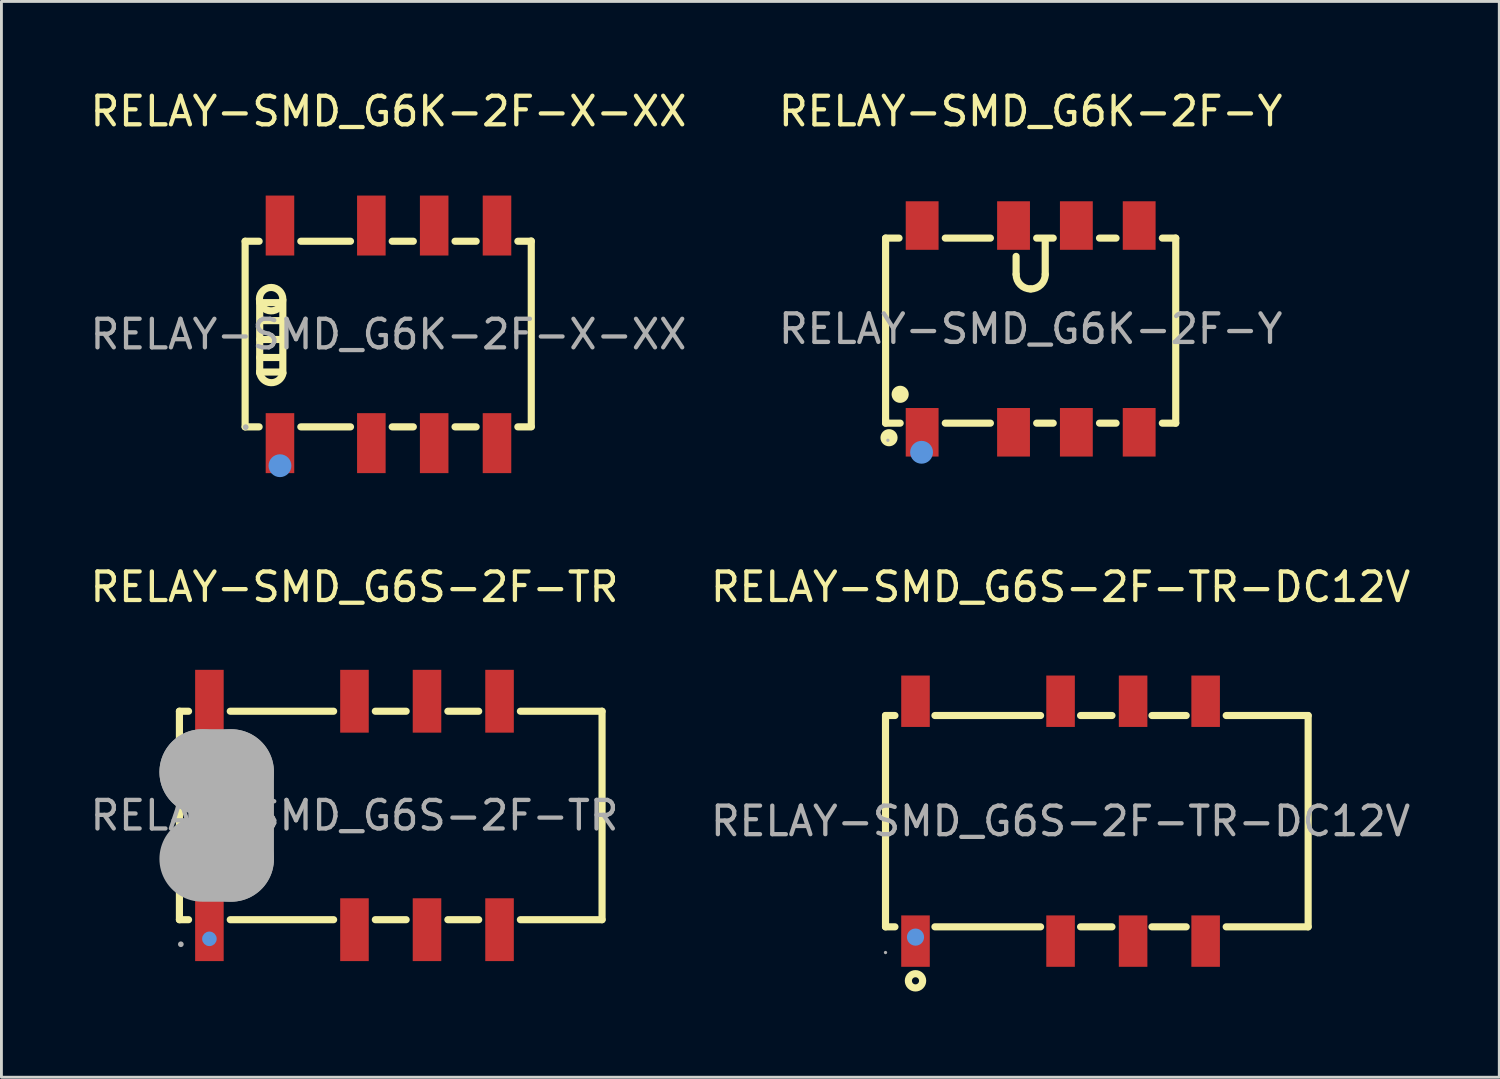
<source format=kicad_pcb>
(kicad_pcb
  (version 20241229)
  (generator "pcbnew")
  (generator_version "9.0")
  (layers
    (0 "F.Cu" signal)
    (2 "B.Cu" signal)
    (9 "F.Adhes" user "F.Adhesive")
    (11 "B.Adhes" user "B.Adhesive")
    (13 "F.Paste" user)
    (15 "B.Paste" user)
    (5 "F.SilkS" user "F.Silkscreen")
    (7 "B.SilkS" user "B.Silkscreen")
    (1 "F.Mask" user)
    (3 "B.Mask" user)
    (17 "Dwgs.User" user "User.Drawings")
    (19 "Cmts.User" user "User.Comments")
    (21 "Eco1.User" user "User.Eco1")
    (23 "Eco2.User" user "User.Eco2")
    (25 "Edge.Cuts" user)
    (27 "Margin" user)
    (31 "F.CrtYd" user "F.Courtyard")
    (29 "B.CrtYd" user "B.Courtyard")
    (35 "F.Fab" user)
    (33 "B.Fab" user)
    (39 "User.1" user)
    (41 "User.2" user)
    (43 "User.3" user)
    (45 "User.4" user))
  (footprint "RELAY-SMD_G6K-2F-Y"
    (layer "F.Cu")
    (at 33.042 8.468)
    (property "Reference" "RELAY-SMD_G6K-2F-Y" (at 0 -7.62 0) (layer "F.SilkS") (effects (font (size 1 1) (thickness 0.15))))
    (attr through_hole)
    (fp_line (start -5.08 -3.18) (end -5.08 3.17) (stroke (width 0.25) (type solid)) (layer "F.SilkS"))
    (fp_line (start -5.08 3.17) (end -5.08 3.3) (stroke (width 0.25) (type solid)) (layer "F.SilkS"))
    (fp_line (start -5.08 3.3) (end -4.57 3.3) (stroke (width 0.25) (type solid)) (layer "F.SilkS"))
    (fp_line (start -4.61 -3.18) (end -5.08 -3.18) (stroke (width 0.25) (type solid)) (layer "F.SilkS"))
    (fp_line (start -2.99 3.3) (end -1.41 3.3) (stroke (width 0.25) (type solid)) (layer "F.SilkS"))
    (fp_line (start -1.41 -3.18) (end -2.99 -3.18) (stroke (width 0.25) (type solid)) (layer "F.SilkS"))
    (fp_line (start -0.51 -1.91) (end -0.51 -2.54) (stroke (width 0.25) (type solid)) (layer "F.SilkS"))
    (fp_line (start 0.21 3.3) (end 0.79 3.3) (stroke (width 0.25) (type solid)) (layer "F.SilkS"))
    (fp_line (start 0.51 -3.05) (end 0.51 -1.91) (stroke (width 0.25) (type solid)) (layer "F.SilkS"))
    (fp_line (start 0.79 -3.18) (end 0.21 -3.18) (stroke (width 0.25) (type solid)) (layer "F.SilkS"))
    (fp_line (start 2.41 3.3) (end 2.99 3.3) (stroke (width 0.25) (type solid)) (layer "F.SilkS"))
    (fp_line (start 2.99 -3.18) (end 2.41 -3.18) (stroke (width 0.25) (type solid)) (layer "F.SilkS"))
    (fp_line (start 4.61 3.3) (end 5.08 3.3) (stroke (width 0.25) (type solid)) (layer "F.SilkS"))
    (fp_line (start 5.08 -3.18) (end 4.61 -3.18) (stroke (width 0.25) (type solid)) (layer "F.SilkS"))
    (fp_line (start 5.08 3.3) (end 5.08 -3.18) (stroke (width 0.25) (type solid)) (layer "F.SilkS"))
    (fp_arc (start 0 -1.4) (mid -0.360624 -1.549376) (end -0.51 -1.91) (stroke (width 0.25) (type solid)) (layer "F.SilkS"))
    (fp_arc (start 0.51 -1.91) (mid 0.360624 -1.549376) (end 0 -1.4) (stroke (width 0.25) (type solid)) (layer "F.SilkS"))
    (fp_circle (center -4.96 3.81) (end -4.81 3.81) (stroke (width 0.3) (type solid)) (fill no) (layer "F.SilkS"))
    (fp_circle (center -4.57 2.29) (end -4.42 2.29) (stroke (width 0.3) (type solid)) (fill no) (layer "F.SilkS"))
    (fp_circle (center -3.82 4.32) (end -3.62 4.32) (stroke (width 0.4) (type solid)) (fill no) (layer "Cmts.User"))
    (fp_circle (center -5 3.9) (end -4.97 3.9) (stroke (width 0.06) (type solid)) (fill no) (layer "F.Fab"))
    (fp_text user "${REFERENCE}" (at 0 0 0) (layer "F.Fab") (effects (font (size 1 1) (thickness 0.15))))
    (pad "1" smd rect (at -3.8 3.62) (size 1.15 1.7) (layers "F.Cu" "F.Mask" "F.Paste"))
    (pad "2" smd rect (at -0.6 3.62) (size 1.15 1.7) (layers "F.Cu" "F.Mask" "F.Paste"))
    (pad "3" smd rect (at 1.6 3.62) (size 1.15 1.7) (layers "F.Cu" "F.Mask" "F.Paste"))
    (pad "4" smd rect (at 3.8 3.62) (size 1.15 1.7) (layers "F.Cu" "F.Mask" "F.Paste"))
    (pad "5" smd rect (at 3.8 -3.62) (size 1.15 1.7) (layers "F.Cu" "F.Mask" "F.Paste"))
    (pad "6" smd rect (at 1.6 -3.62) (size 1.15 1.7) (layers "F.Cu" "F.Mask" "F.Paste"))
    (pad "7" smd rect (at -0.6 -3.62) (size 1.15 1.7) (layers "F.Cu" "F.Mask" "F.Paste"))
    (pad "8" smd rect (at -3.8 -3.62) (size 1.15 1.7) (layers "F.Cu" "F.Mask" "F.Paste")))
  (footprint "RELAY-SMD_G6S-2F-TR"
    (layer "F.Cu")
    (at 9.363 25.506)
    (property "Reference" "RELAY-SMD_G6S-2F-TR" (at 0 -8 0) (layer "F.SilkS") (effects (font (size 1 1) (thickness 0.15))))
    (attr through_hole)
    (fp_line (start -6.13 -3.65) (end -5.81 -3.65) (stroke (width 0.25) (type solid)) (layer "F.SilkS"))
    (fp_line (start -6.13 3.65) (end -6.13 -3.65) (stroke (width 0.25) (type solid)) (layer "F.SilkS"))
    (fp_line (start -5.81 3.65) (end -6.13 3.65) (stroke (width 0.25) (type solid)) (layer "F.SilkS"))
    (fp_line (start -4.35 -3.65) (end -0.73 -3.65) (stroke (width 0.25) (type solid)) (layer "F.SilkS"))
    (fp_line (start -0.73 3.65) (end -4.35 3.65) (stroke (width 0.25) (type solid)) (layer "F.SilkS"))
    (fp_line (start 0.73 -3.65) (end 1.81 -3.65) (stroke (width 0.25) (type solid)) (layer "F.SilkS"))
    (fp_line (start 1.81 3.65) (end 0.73 3.65) (stroke (width 0.25) (type solid)) (layer "F.SilkS"))
    (fp_line (start 3.27 -3.65) (end 4.35 -3.65) (stroke (width 0.25) (type solid)) (layer "F.SilkS"))
    (fp_line (start 4.35 3.65) (end 3.27 3.65) (stroke (width 0.25) (type solid)) (layer "F.SilkS"))
    (fp_line (start 5.81 -3.65) (end 8.67 -3.65) (stroke (width 0.25) (type solid)) (layer "F.SilkS"))
    (fp_line (start 8.67 -3.65) (end 8.67 3.65) (stroke (width 0.25) (type solid)) (layer "F.SilkS"))
    (fp_line (start 8.67 3.65) (end 5.81 3.65) (stroke (width 0.25) (type solid)) (layer "F.SilkS"))
    (fp_circle (center -5.08 4.32) (end -4.95 4.32) (stroke (width 0.25) (type solid)) (fill no) (layer "Cmts.User"))
    (fp_line (start -5.33 -1.52) (end -5.33 -1.52) (stroke (width 3) (type solid)) (layer "F.Fab"))
    (fp_line (start -5.33 -1.52) (end -4.32 -1.52) (stroke (width 3) (type solid)) (layer "F.Fab"))
    (fp_line (start -4.32 -1.52) (end -4.32 1.52) (stroke (width 3) (type solid)) (layer "F.Fab"))
    (fp_line (start -4.32 1.52) (end -5.33 1.52) (stroke (width 3) (type solid)) (layer "F.Fab"))
    (fp_circle (center -6.08 4.51) (end -6.03 4.51) (stroke (width 0.1) (type solid)) (fill no) (layer "F.Fab"))
    (fp_text user "${REFERENCE}" (at 0 0 0) (layer "F.Fab") (effects (font (size 1 1) (thickness 0.15))))
    (pad "1" smd rect (at -5.08 4) (size 1 2.2) (layers "F.Cu" "F.Mask" "F.Paste"))
    (pad "3" smd rect (at 0 4) (size 1 2.2) (layers "F.Cu" "F.Mask" "F.Paste"))
    (pad "4" smd rect (at 2.54 4) (size 1 2.2) (layers "F.Cu" "F.Mask" "F.Paste"))
    (pad "5" smd rect (at 5.08 4) (size 1 2.2) (layers "F.Cu" "F.Mask" "F.Paste"))
    (pad "8" smd rect (at 5.08 -4) (size 1 2.2) (layers "F.Cu" "F.Mask" "F.Paste"))
    (pad "9" smd rect (at 2.54 -4) (size 1 2.2) (layers "F.Cu" "F.Mask" "F.Paste"))
    (pad "10" smd rect (at 0 -4) (size 1 2.2) (layers "F.Cu" "F.Mask" "F.Paste"))
    (pad "12" smd rect (at -5.08 -4) (size 1 2.2) (layers "F.Cu" "F.Mask" "F.Paste")))
  (footprint "RELAY-SMD_G6S-2F-TR-DC12V"
    (layer "F.Cu")
    (at 34.089 25.706)
    (property "Reference" "RELAY-SMD_G6S-2F-TR-DC12V" (at 0 -8.2 0) (layer "F.SilkS") (effects (font (size 1 1) (thickness 0.15))))
    (attr through_hole)
    (fp_line (start -6.13 -3.7) (end -5.8 -3.7) (stroke (width 0.25) (type solid)) (layer "F.SilkS"))
    (fp_line (start -6.13 3.7) (end -6.13 -3.7) (stroke (width 0.25) (type solid)) (layer "F.SilkS"))
    (fp_line (start -6.13 3.7) (end -5.8 3.7) (stroke (width 0.25) (type solid)) (layer "F.SilkS"))
    (fp_line (start -4.4 -3.7) (end -0.7 -3.7) (stroke (width 0.25) (type solid)) (layer "F.SilkS"))
    (fp_line (start -4.4 3.7) (end -0.7 3.7) (stroke (width 0.25) (type solid)) (layer "F.SilkS"))
    (fp_line (start 0.7 -3.7) (end 1.8 -3.7) (stroke (width 0.25) (type solid)) (layer "F.SilkS"))
    (fp_line (start 0.7 3.7) (end 1.8 3.7) (stroke (width 0.25) (type solid)) (layer "F.SilkS"))
    (fp_line (start 3.2 -3.7) (end 4.4 -3.7) (stroke (width 0.25) (type solid)) (layer "F.SilkS"))
    (fp_line (start 3.2 3.7) (end 4.4 3.7) (stroke (width 0.25) (type solid)) (layer "F.SilkS"))
    (fp_line (start 5.8 -3.7) (end 8.67 -3.7) (stroke (width 0.25) (type solid)) (layer "F.SilkS"))
    (fp_line (start 5.8 3.7) (end 8.67 3.7) (stroke (width 0.25) (type solid)) (layer "F.SilkS"))
    (fp_line (start 8.67 -3.7) (end 8.67 3.7) (stroke (width 0.25) (type solid)) (layer "F.SilkS"))
    (fp_circle (center -5.08 5.59) (end -4.83 5.59) (stroke (width 0.25) (type solid)) (fill no) (layer "F.SilkS"))
    (fp_circle (center -5.08 4.06) (end -4.93 4.06) (stroke (width 0.3) (type solid)) (fill no) (layer "Cmts.User"))
    (fp_circle (center -6.13 4.6) (end -6.1 4.6) (stroke (width 0.06) (type solid)) (fill no) (layer "F.Fab"))
    (fp_text user "${REFERENCE}" (at 0 0 0) (layer "F.Fab") (effects (font (size 1 1) (thickness 0.15))))
    (pad "1" smd rect (at -5.08 4.2) (size 1 1.8) (layers "F.Cu" "F.Mask" "F.Paste"))
    (pad "3" smd rect (at 0 4.2) (size 1 1.8) (layers "F.Cu" "F.Mask" "F.Paste"))
    (pad "4" smd rect (at 2.54 4.2) (size 1 1.8) (layers "F.Cu" "F.Mask" "F.Paste"))
    (pad "5" smd rect (at 5.08 4.2) (size 1 1.8) (layers "F.Cu" "F.Mask" "F.Paste"))
    (pad "8" smd rect (at 5.08 -4.2) (size 1 1.8) (layers "F.Cu" "F.Mask" "F.Paste"))
    (pad "9" smd rect (at 2.54 -4.2) (size 1 1.8) (layers "F.Cu" "F.Mask" "F.Paste"))
    (pad "10" smd rect (at 0 -4.2) (size 1 1.8) (layers "F.Cu" "F.Mask" "F.Paste"))
    (pad "12" smd rect (at -5.08 -4.2) (size 1 1.8) (layers "F.Cu" "F.Mask" "F.Paste")))
  (footprint "RELAY-SMD_G6K-2F-X-XX"
    (layer "F.Cu")
    (at 10.554 8.658)
    (property "Reference" "RELAY-SMD_G6K-2F-X-XX" (at 0 -7.81 0) (layer "F.SilkS") (effects (font (size 1 1) (thickness 0.15))))
    (attr through_hole)
    (fp_line (start -5.02 -3.26) (end -5.02 3.24) (stroke (width 0.25) (type solid)) (layer "F.SilkS"))
    (fp_line (start -5.02 -3.26) (end -4.53 -3.26) (stroke (width 0.25) (type solid)) (layer "F.SilkS"))
    (fp_line (start -5.02 3.24) (end -4.53 3.24) (stroke (width 0.25) (type solid)) (layer "F.SilkS"))
    (fp_line (start -4.51 -1.2) (end -4.51 1.29) (stroke (width 0.25) (type solid)) (layer "F.SilkS"))
    (fp_line (start -4.51 -1.11) (end -3.76 -1.11) (stroke (width 0.25) (type solid)) (layer "F.SilkS"))
    (fp_line (start -4.51 0.18) (end -3.73 0.18) (stroke (width 0.25) (type solid)) (layer "F.SilkS"))
    (fp_line (start -4.51 0.81) (end -3.73 0.81) (stroke (width 0.25) (type solid)) (layer "F.SilkS"))
    (fp_line (start -4.51 1.32) (end -3.76 1.32) (stroke (width 0.25) (type solid)) (layer "F.SilkS"))
    (fp_line (start -4.51 1.35) (end -4.51 1.32) (stroke (width 0.25) (type solid)) (layer "F.SilkS"))
    (fp_line (start -4.48 -0.48) (end -3.73 -0.48) (stroke (width 0.25) (type solid)) (layer "F.SilkS"))
    (fp_line (start -3.76 -1.11) (end -3.73 -1.14) (stroke (width 0.25) (type solid)) (layer "F.SilkS"))
    (fp_line (start -3.76 1.32) (end -3.73 1.32) (stroke (width 0.25) (type solid)) (layer "F.SilkS"))
    (fp_line (start -3.7 1.35) (end -3.7 -1.2) (stroke (width 0.25) (type solid)) (layer "F.SilkS"))
    (fp_line (start -3.07 -3.26) (end -1.33 -3.26) (stroke (width 0.25) (type solid)) (layer "F.SilkS"))
    (fp_line (start -3.07 3.24) (end -1.33 3.24) (stroke (width 0.25) (type solid)) (layer "F.SilkS"))
    (fp_line (start 0.13 -3.26) (end 0.87 -3.26) (stroke (width 0.25) (type solid)) (layer "F.SilkS"))
    (fp_line (start 0.13 3.24) (end 0.87 3.24) (stroke (width 0.25) (type solid)) (layer "F.SilkS"))
    (fp_line (start 2.33 -3.26) (end 3.07 -3.26) (stroke (width 0.25) (type solid)) (layer "F.SilkS"))
    (fp_line (start 2.33 3.24) (end 3.07 3.24) (stroke (width 0.25) (type solid)) (layer "F.SilkS"))
    (fp_line (start 4.53 -3.26) (end 5 -3.26) (stroke (width 0.25) (type solid)) (layer "F.SilkS"))
    (fp_line (start 4.53 3.24) (end 5 3.24) (stroke (width 0.25) (type solid)) (layer "F.SilkS"))
    (fp_line (start 5 -3.27) (end 5 3.23) (stroke (width 0.25) (type solid)) (layer "F.SilkS"))
    (fp_arc (start -3.700062 -1.222845) (mid -4.519985 -1.233578) (end -3.7 -1.23) (stroke (width 0.25) (type solid)) (layer "F.SilkS"))
    (fp_arc (start -3.694194 1.35695) (mid -4.113637 1.692812) (end -4.51 1.33) (stroke (width 0.25) (type solid)) (layer "F.SilkS"))
    (fp_circle (center -3.8 4.6) (end -3.6 4.6) (stroke (width 0.4) (type solid)) (fill no) (layer "Cmts.User"))
    (fp_circle (center -5 3.25) (end -4.95 3.25) (stroke (width 0.1) (type solid)) (fill no) (layer "F.Fab"))
    (fp_text user "${REFERENCE}" (at 0 0 0) (layer "F.Fab") (effects (font (size 1 1) (thickness 0.15))))
    (pad "1" smd rect (at -3.8 3.81 90) (size 2.1 1) (layers "F.Cu" "F.Mask" "F.Paste"))
    (pad "2" smd rect (at -0.6 3.81 90) (size 2.1 1) (layers "F.Cu" "F.Mask" "F.Paste"))
    (pad "3" smd rect (at 1.6 3.81 90) (size 2.1 1) (layers "F.Cu" "F.Mask" "F.Paste"))
    (pad "4" smd rect (at 3.8 3.81 90) (size 2.1 1) (layers "F.Cu" "F.Mask" "F.Paste"))
    (pad "5" smd rect (at 3.8 -3.81 90) (size 2.1 1) (layers "F.Cu" "F.Mask" "F.Paste"))
    (pad "6" smd rect (at 1.6 -3.81 90) (size 2.1 1) (layers "F.Cu" "F.Mask" "F.Paste"))
    (pad "7" smd rect (at -0.6 -3.81 90) (size 2.1 1) (layers "F.Cu" "F.Mask" "F.Paste"))
    (pad "8" smd rect (at -3.8 -3.81 90) (size 2.1 1) (layers "F.Cu" "F.Mask" "F.Paste")))
  (gr_rect
    (start -3 -3)
    (end 49.452 34.672)
    (stroke (width 0.1) (type default))
    (fill no)
    (layer "Edge.Cuts")))
</source>
